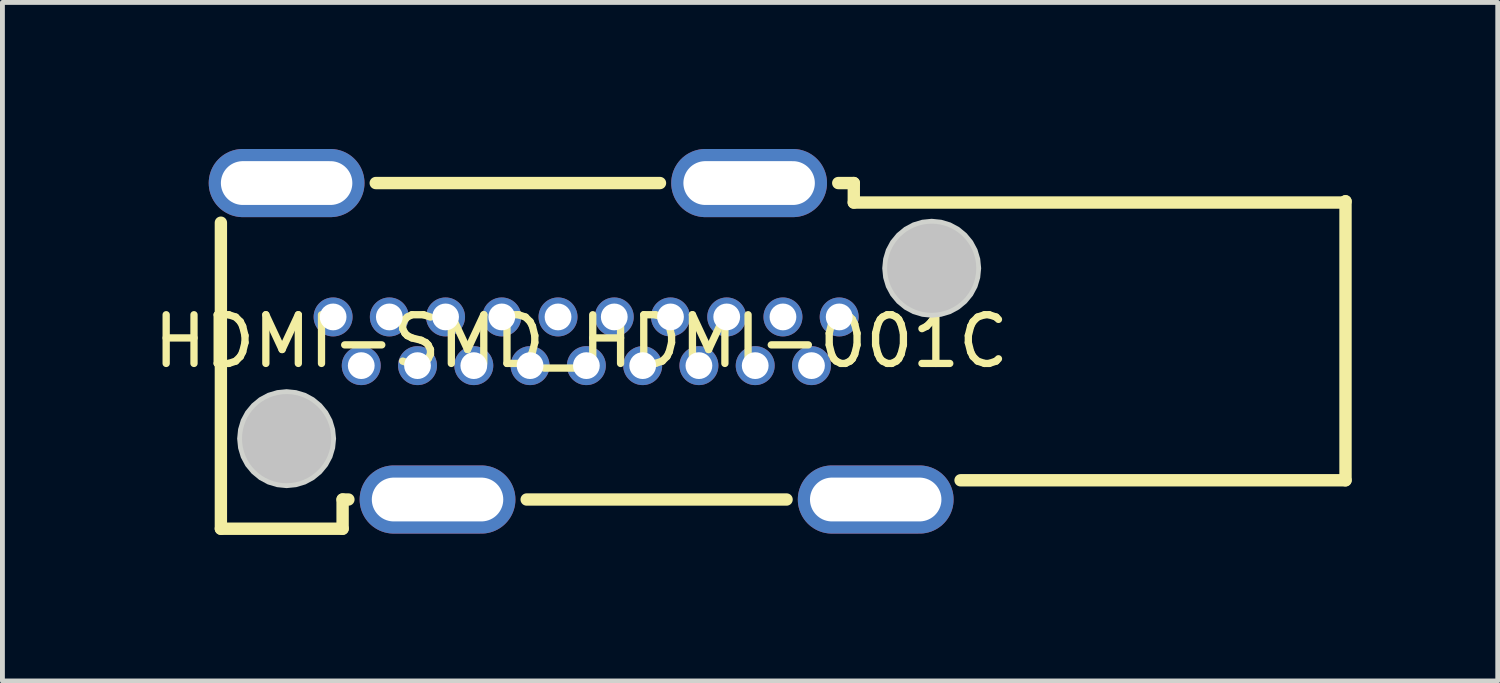
<source format=kicad_pcb>
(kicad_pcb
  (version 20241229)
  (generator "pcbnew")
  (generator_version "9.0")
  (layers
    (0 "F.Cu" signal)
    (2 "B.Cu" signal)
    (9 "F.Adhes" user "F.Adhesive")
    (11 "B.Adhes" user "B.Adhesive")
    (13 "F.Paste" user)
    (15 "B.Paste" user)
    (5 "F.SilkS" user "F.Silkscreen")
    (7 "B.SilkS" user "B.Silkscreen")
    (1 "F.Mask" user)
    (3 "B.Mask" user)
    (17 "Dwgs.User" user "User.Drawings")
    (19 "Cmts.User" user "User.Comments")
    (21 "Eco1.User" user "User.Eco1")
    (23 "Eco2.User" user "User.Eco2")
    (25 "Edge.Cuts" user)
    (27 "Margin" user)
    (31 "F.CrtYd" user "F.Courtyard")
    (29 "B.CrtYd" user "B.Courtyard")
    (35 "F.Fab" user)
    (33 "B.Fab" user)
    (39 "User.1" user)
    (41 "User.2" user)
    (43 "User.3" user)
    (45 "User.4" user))
  (footprint "HDMI-SMD_HDMI-001C"
    (layer "F.Cu")
    (at 8.887 3.96)
    (property "Reference" "HDMI-SMD_HDMI-001C" (at 0 0 0) (layer "F.SilkS") (effects (font (size 1 1) (thickness 0.15))))
    (fp_line (start -7.4 3.85) (end -7.4 -2.436) (stroke (width 0.254) (type default)) (layer "F.SilkS"))
    (fp_line (start -4.9 3.25) (end -4.9 3.85) (stroke (width 0.254) (type default)) (layer "F.SilkS"))
    (fp_line (start -4.9 3.85) (end -7.4 3.85) (stroke (width 0.254) (type default)) (layer "F.SilkS"))
    (fp_line (start -4.781 3.25) (end -4.9 3.25) (stroke (width 0.254) (type default)) (layer "F.SilkS"))
    (fp_line (start -4.219 -3.25) (end 1.619 -3.25) (stroke (width 0.254) (type default)) (layer "F.SilkS"))
    (fp_line (start 4.219 3.25) (end -1.119 3.25) (stroke (width 0.254) (type default)) (layer "F.SilkS"))
    (fp_line (start 5.281 -3.25) (end 5.6 -3.25) (stroke (width 0.254) (type default)) (layer "F.SilkS"))
    (fp_line (start 5.6 -3.25) (end 5.6 -2.85) (stroke (width 0.254) (type default)) (layer "F.SilkS"))
    (fp_line (start 5.6 -2.85) (end 15.675 -2.85) (stroke (width 0.254) (type default)) (layer "F.SilkS"))
    (fp_line (start 15.675 -2.85) (end 15.7 -2.875) (stroke (width 0.254) (type default)) (layer "F.SilkS"))
    (fp_line (start 15.7 -2.875) (end 15.7 2.855) (stroke (width 0.254) (type default)) (layer "F.SilkS"))
    (fp_line (start 15.7 2.855) (end 7.793 2.855) (stroke (width 0.254) (type default)) (layer "F.SilkS"))
    (fp_circle (center -6.05 2) (end -5.592 2) (stroke (width 0.916) (type default)) (fill no) (layer "Dwgs.User"))
    (fp_circle (center 7.2 -1.5) (end 7.658 -1.5) (stroke (width 0.916) (type default)) (fill no) (layer "Dwgs.User"))
    (fp_poly (pts (xy -5.034 2) (xy -5.054 1.802) (xy -5.111 1.611) (xy -5.205 1.436) (xy -5.332 1.282) (xy -5.486 1.155) (xy -5.661 1.061) (xy -5.852 1.004) (xy -6.05 0.984) (xy -6.248 1.004) (xy -6.439 1.061) (xy -6.614 1.155) (xy -6.768 1.282) (xy -6.895 1.436) (xy -6.989 1.611) (xy -7.046 1.802) (xy -7.066 2) (xy -7.046 2.198) (xy -6.989 2.389) (xy -6.895 2.564) (xy -6.768 2.718) (xy -6.614 2.845) (xy -6.439 2.939) (xy -6.248 2.996) (xy -6.05 3.016) (xy -5.852 2.996) (xy -5.661 2.939) (xy -5.486 2.845) (xy -5.332 2.718) (xy -5.205 2.564) (xy -5.111 2.389) (xy -5.054 2.198)) (stroke (width 0) (type default)) (fill yes) (layer "Edge.Cuts"))
    (fp_poly (pts (xy 8.216 -1.5) (xy 8.196 -1.698) (xy 8.139 -1.889) (xy 8.045 -2.064) (xy 7.918 -2.218) (xy 7.764 -2.345) (xy 7.589 -2.439) (xy 7.398 -2.496) (xy 7.2 -2.516) (xy 7.002 -2.496) (xy 6.811 -2.439) (xy 6.636 -2.345) (xy 6.482 -2.218) (xy 6.355 -2.064) (xy 6.261 -1.889) (xy 6.204 -1.698) (xy 6.184 -1.5) (xy 6.204 -1.302) (xy 6.261 -1.111) (xy 6.355 -0.936) (xy 6.482 -0.782) (xy 6.636 -0.655) (xy 6.811 -0.561) (xy 7.002 -0.504) (xy 7.2 -0.484) (xy 7.398 -0.504) (xy 7.589 -0.561) (xy 7.764 -0.655) (xy 7.918 -0.782) (xy 8.045 -0.936) (xy 8.139 -1.111) (xy 8.196 -1.302)) (stroke (width 0) (type default)) (fill yes) (layer "Edge.Cuts"))
    (fp_poly (pts (xy -7.15 -3.5) (xy -4.95 -3.5) (xy -4.95 -3) (xy -7.15 -3)) (stroke (width 0.1) (type default)) (fill no) (layer "User.1"))
    (fp_poly (pts (xy -5.245 -0.65) (xy -4.945 -0.65) (xy -4.945 -0.35) (xy -5.245 -0.35)) (stroke (width 0.1) (type default)) (fill no) (layer "User.1"))
    (fp_poly (pts (xy -4.667 0.35) (xy -4.367 0.35) (xy -4.367 0.65) (xy -4.667 0.65)) (stroke (width 0.1) (type default)) (fill no) (layer "User.1"))
    (fp_poly (pts (xy -4.09 -0.65) (xy -3.79 -0.65) (xy -3.79 -0.35) (xy -4.09 -0.35)) (stroke (width 0.1) (type default)) (fill no) (layer "User.1"))
    (fp_poly (pts (xy -4.05 3) (xy -1.85 3) (xy -1.85 3.5) (xy -4.05 3.5)) (stroke (width 0.1) (type default)) (fill no) (layer "User.1"))
    (fp_poly (pts (xy -3.511 0.35) (xy -3.211 0.35) (xy -3.211 0.65) (xy -3.511 0.65)) (stroke (width 0.1) (type default)) (fill no) (layer "User.1"))
    (fp_poly (pts (xy -2.935 -0.65) (xy -2.635 -0.65) (xy -2.635 -0.35) (xy -2.935 -0.35)) (stroke (width 0.1) (type default)) (fill no) (layer "User.1"))
    (fp_poly (pts (xy -2.355 0.35) (xy -2.055 0.35) (xy -2.055 0.65) (xy -2.355 0.65)) (stroke (width 0.1) (type default)) (fill no) (layer "User.1"))
    (fp_poly (pts (xy -1.78 -0.65) (xy -1.48 -0.65) (xy -1.48 -0.35) (xy -1.78 -0.35)) (stroke (width 0.1) (type default)) (fill no) (layer "User.1"))
    (fp_poly (pts (xy -1.199 0.35) (xy -0.899 0.35) (xy -0.899 0.65) (xy -1.199 0.65)) (stroke (width 0.1) (type default)) (fill no) (layer "User.1"))
    (fp_poly (pts (xy -0.625 -0.65) (xy -0.325 -0.65) (xy -0.325 -0.35) (xy -0.625 -0.35)) (stroke (width 0.1) (type default)) (fill no) (layer "User.1"))
    (fp_poly (pts (xy -0.043 0.35) (xy 0.258 0.35) (xy 0.258 0.65) (xy -0.043 0.65)) (stroke (width 0.1) (type default)) (fill no) (layer "User.1"))
    (fp_poly (pts (xy 0.53 -0.65) (xy 0.83 -0.65) (xy 0.83 -0.35) (xy 0.53 -0.35)) (stroke (width 0.1) (type default)) (fill no) (layer "User.1"))
    (fp_poly (pts (xy 1.113 0.35) (xy 1.413 0.35) (xy 1.413 0.65) (xy 1.113 0.65)) (stroke (width 0.1) (type default)) (fill no) (layer "User.1"))
    (fp_poly (pts (xy 1.685 -0.65) (xy 1.985 -0.65) (xy 1.985 -0.35) (xy 1.685 -0.35)) (stroke (width 0.1) (type default)) (fill no) (layer "User.1"))
    (fp_poly (pts (xy 2.269 0.35) (xy 2.569 0.35) (xy 2.569 0.65) (xy 2.269 0.65)) (stroke (width 0.1) (type default)) (fill no) (layer "User.1"))
    (fp_poly (pts (xy 2.35 -3.5) (xy 4.55 -3.5) (xy 4.55 -3) (xy 2.35 -3)) (stroke (width 0.1) (type default)) (fill no) (layer "User.1"))
    (fp_poly (pts (xy 2.84 -0.65) (xy 3.14 -0.65) (xy 3.14 -0.35) (xy 2.84 -0.35)) (stroke (width 0.1) (type default)) (fill no) (layer "User.1"))
    (fp_poly (pts (xy 3.425 0.35) (xy 3.725 0.35) (xy 3.725 0.65) (xy 3.425 0.65)) (stroke (width 0.1) (type default)) (fill no) (layer "User.1"))
    (fp_poly (pts (xy 3.995 -0.65) (xy 4.295 -0.65) (xy 4.295 -0.35) (xy 3.995 -0.35)) (stroke (width 0.1) (type default)) (fill no) (layer "User.1"))
    (fp_poly (pts (xy 4.581 0.35) (xy 4.881 0.35) (xy 4.881 0.65) (xy 4.581 0.65)) (stroke (width 0.1) (type default)) (fill no) (layer "User.1"))
    (fp_poly (pts (xy 4.95 3) (xy 7.15 3) (xy 7.15 3.5) (xy 4.95 3.5)) (stroke (width 0.1) (type default)) (fill no) (layer "User.1"))
    (fp_poly (pts (xy 5.15 -0.65) (xy 5.45 -0.65) (xy 5.45 -0.35) (xy 5.15 -0.35)) (stroke (width 0.1) (type default)) (fill no) (layer "User.1"))
    (fp_line (start -7.4 -3.85) (end -4.9 -3.85) (stroke (width 0.051) (type default)) (layer "User.2"))
    (fp_line (start -7.4 3.85) (end -7.4 -3.85) (stroke (width 0.051) (type default)) (layer "User.2"))
    (fp_line (start -4.9 -3.85) (end -4.9 -3.255) (stroke (width 0.051) (type default)) (layer "User.2"))
    (fp_line (start -4.9 -3.255) (end -4.895 -3.25) (stroke (width 0.051) (type default)) (layer "User.2"))
    (fp_line (start -4.9 3.25) (end -4.9 3.845) (stroke (width 0.051) (type default)) (layer "User.2"))
    (fp_line (start -4.9 3.845) (end -4.895 3.85) (stroke (width 0.051) (type default)) (layer "User.2"))
    (fp_line (start -4.895 -3.25) (end 5.6 -3.25) (stroke (width 0.051) (type default)) (layer "User.2"))
    (fp_line (start -4.895 3.85) (end -7.4 3.85) (stroke (width 0.051) (type default)) (layer "User.2"))
    (fp_line (start 5.6 -3.25) (end 5.6 -2.85) (stroke (width 0.051) (type default)) (layer "User.2"))
    (fp_line (start 5.6 -2.85) (end 11.7 -2.85) (stroke (width 0.051) (type default)) (layer "User.2"))
    (fp_line (start 6.7 2.85) (end 6.7 3.25) (stroke (width 0.051) (type default)) (layer "User.2"))
    (fp_line (start 6.7 3.25) (end -4.9 3.25) (stroke (width 0.051) (type default)) (layer "User.2"))
    (fp_line (start 11.7 -2.85) (end 11.7 -2.68) (stroke (width 0.051) (type default)) (layer "User.2"))
    (fp_line (start 11.7 -2.68) (end 15.69 -2.67) (stroke (width 0.051) (type default)) (layer "User.2"))
    (fp_line (start 11.7 2.67) (end 11.7 2.85) (stroke (width 0.051) (type default)) (layer "User.2"))
    (fp_line (start 11.7 2.85) (end 6.7 2.85) (stroke (width 0.051) (type default)) (layer "User.2"))
    (fp_line (start 15.69 -2.67) (end 15.7 -2.68) (stroke (width 0.051) (type default)) (layer "User.2"))
    (fp_line (start 15.7 -2.68) (end 15.7 2.67) (stroke (width 0.051) (type default)) (layer "User.2"))
    (fp_line (start 15.7 2.67) (end 11.7 2.67) (stroke (width 0.051) (type default)) (layer "User.2"))
    (fp_poly (pts (xy 15.76 -3.85) (xy 15.742 -3.892) (xy 15.7 -3.91) (xy 15.658 -3.892) (xy 15.64 -3.85) (xy 15.658 -3.808) (xy 15.7 -3.79) (xy 15.742 -3.808)) (stroke (width 0.1) (type default)) (fill no) (layer "User.3"))
    (pad "1" thru_hole circle (at 5.3 -0.5) (size 0.8 0.8) (drill 0.55) (layers "*.Cu" "*.Mask"))
    (pad "2" thru_hole circle (at 4.731 0.5) (size 0.8 0.8) (drill 0.55) (layers "*.Cu" "*.Mask"))
    (pad "3" thru_hole circle (at 4.145 -0.5) (size 0.8 0.8) (drill 0.55) (layers "*.Cu" "*.Mask"))
    (pad "4" thru_hole circle (at 3.575 0.5) (size 0.8 0.8) (drill 0.55) (layers "*.Cu" "*.Mask"))
    (pad "5" thru_hole circle (at 2.99 -0.5) (size 0.8 0.8) (drill 0.55) (layers "*.Cu" "*.Mask"))
    (pad "6" thru_hole circle (at 2.419 0.5) (size 0.8 0.8) (drill 0.55) (layers "*.Cu" "*.Mask"))
    (pad "7" thru_hole circle (at 1.835 -0.5) (size 0.8 0.8) (drill 0.55) (layers "*.Cu" "*.Mask"))
    (pad "8" thru_hole circle (at 1.264 0.5) (size 0.8 0.8) (drill 0.55) (layers "*.Cu" "*.Mask"))
    (pad "9" thru_hole circle (at 0.68 -0.5) (size 0.8 0.8) (drill 0.55) (layers "*.Cu" "*.Mask"))
    (pad "10" thru_hole circle (at 0.107 0.5) (size 0.8 0.8) (drill 0.55) (layers "*.Cu" "*.Mask"))
    (pad "11" thru_hole circle (at -0.475 -0.5) (size 0.8 0.8) (drill 0.55) (layers "*.Cu" "*.Mask"))
    (pad "12" thru_hole circle (at -1.049 0.5) (size 0.8 0.8) (drill 0.55) (layers "*.Cu" "*.Mask"))
    (pad "13" thru_hole circle (at -1.63 -0.5) (size 0.8 0.8) (drill 0.55) (layers "*.Cu" "*.Mask"))
    (pad "14" thru_hole circle (at -2.205 0.5) (size 0.8 0.8) (drill 0.55) (layers "*.Cu" "*.Mask"))
    (pad "15" thru_hole circle (at -2.785 -0.5) (size 0.8 0.8) (drill 0.55) (layers "*.Cu" "*.Mask"))
    (pad "16" thru_hole circle (at -3.361 0.5) (size 0.8 0.8) (drill 0.55) (layers "*.Cu" "*.Mask"))
    (pad "17" thru_hole circle (at -3.94 -0.5) (size 0.8 0.8) (drill 0.55) (layers "*.Cu" "*.Mask"))
    (pad "18" thru_hole circle (at -4.517 0.5) (size 0.8 0.8) (drill 0.55) (layers "*.Cu" "*.Mask"))
    (pad "19" thru_hole circle (at -5.095 -0.5) (size 0.8 0.8) (drill 0.55) (layers "*.Cu" "*.Mask"))
    (pad "20" thru_hole oval (at -6.05 -3.25) (size 3.2 1.4) (drill oval 2.7 0.9) (layers "*.Cu" "*.Mask"))
    (pad "20" thru_hole oval (at -2.95 3.25) (size 3.2 1.4) (drill oval 2.7 0.9) (layers "*.Cu" "*.Mask"))
    (pad "20" thru_hole oval (at 3.45 -3.25) (size 3.2 1.4) (drill oval 2.7 0.9) (layers "*.Cu" "*.Mask"))
    (pad "20" thru_hole oval (at 6.05 3.25) (size 3.2 1.4) (drill oval 2.7 0.9) (layers "*.Cu" "*.Mask")))
  (gr_rect
    (start -3 -3)
    (end 27.714 10.937)
    (stroke (width 0.1) (type default))
    (fill no)
    (layer "Edge.Cuts")))
</source>
